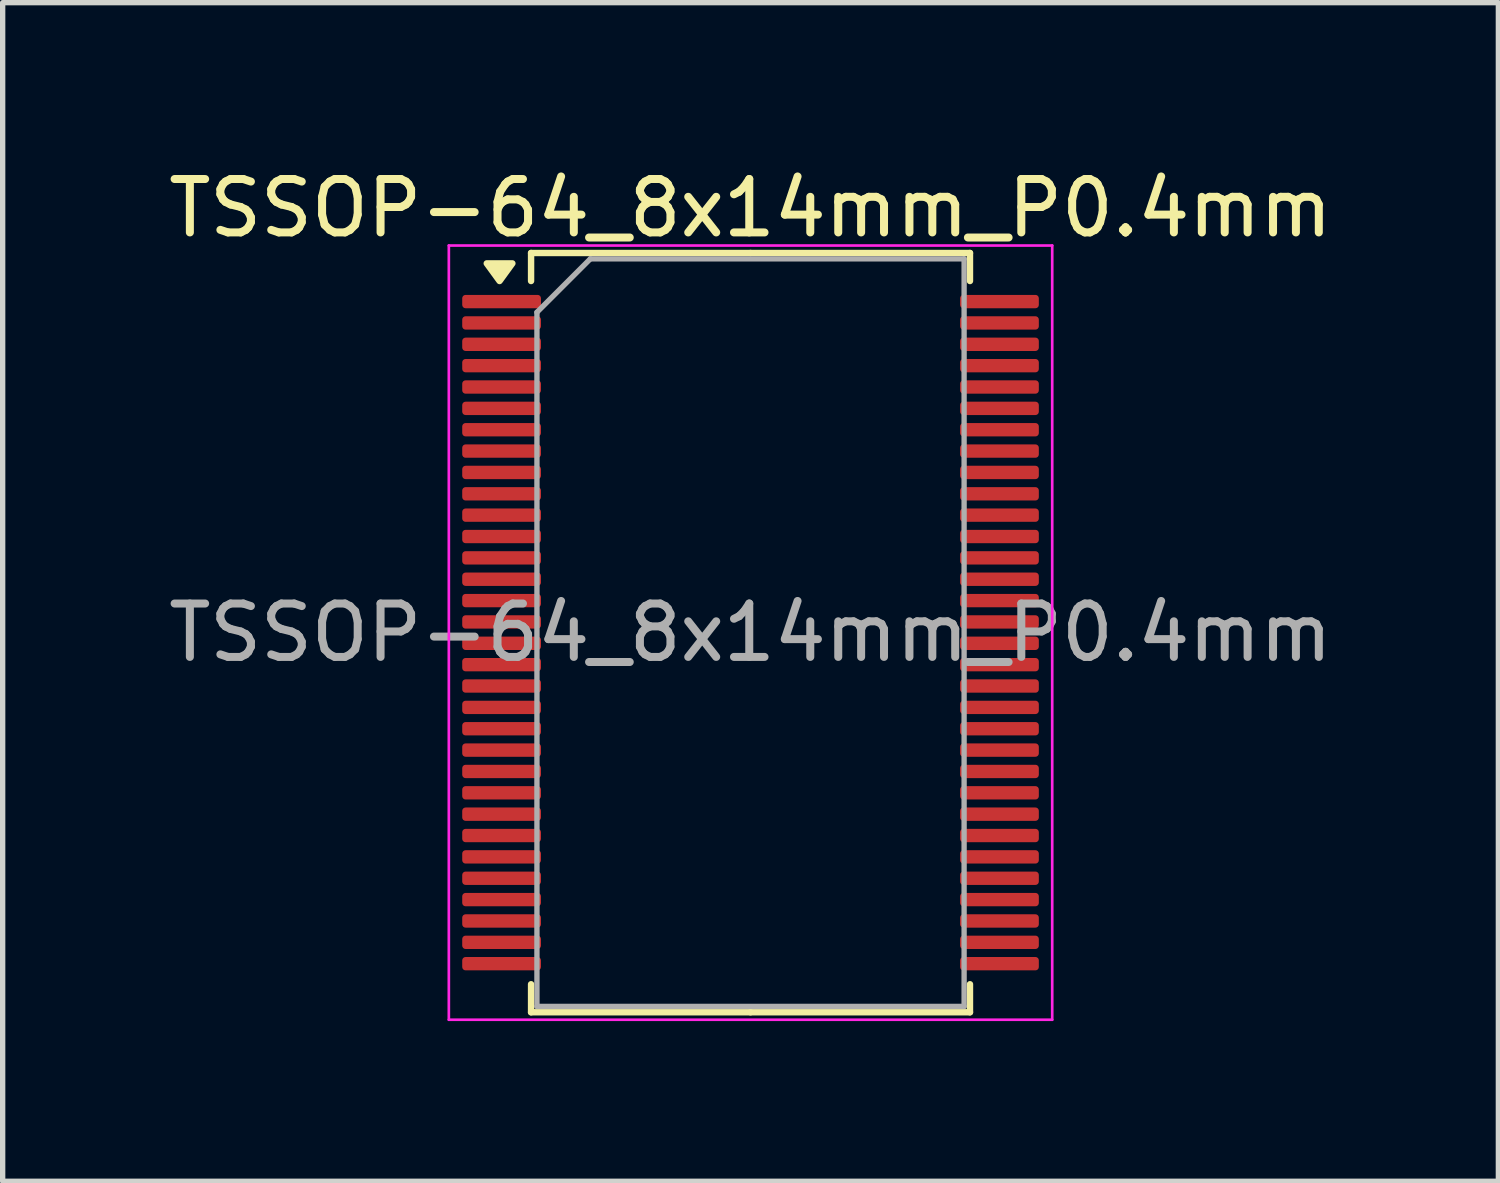
<source format=kicad_pcb>
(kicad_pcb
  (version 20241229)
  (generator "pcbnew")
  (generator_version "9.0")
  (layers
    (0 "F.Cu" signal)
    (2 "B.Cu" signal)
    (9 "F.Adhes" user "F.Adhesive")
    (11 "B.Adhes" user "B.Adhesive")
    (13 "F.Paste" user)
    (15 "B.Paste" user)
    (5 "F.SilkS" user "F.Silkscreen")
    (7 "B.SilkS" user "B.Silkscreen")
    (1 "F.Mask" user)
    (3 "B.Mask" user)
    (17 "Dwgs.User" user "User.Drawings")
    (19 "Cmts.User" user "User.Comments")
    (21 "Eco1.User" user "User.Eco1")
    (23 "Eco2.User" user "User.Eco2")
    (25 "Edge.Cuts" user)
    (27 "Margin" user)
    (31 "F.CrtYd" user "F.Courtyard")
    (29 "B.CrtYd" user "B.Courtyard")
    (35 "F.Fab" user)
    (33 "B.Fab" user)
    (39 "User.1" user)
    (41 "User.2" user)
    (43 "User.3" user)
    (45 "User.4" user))
  (footprint "TSSOP-64_8x14mm_P0.4mm"
    (layer "F.Cu")
    (at 11.006 8.798)
    (property "Reference" "TSSOP-64_8x14mm_P0.4mm" (at 0 -7.95 0) (layer "F.SilkS") (effects (font (size 1 1) (thickness 0.15))))
    (attr smd)
    (fp_line (start -4.11 -7.11) (end -4.11 -6.585) (stroke (width 0.12) (type solid)) (layer "F.SilkS"))
    (fp_line (start -4.11 7.11) (end -4.11 6.585) (stroke (width 0.12) (type solid)) (layer "F.SilkS"))
    (fp_line (start 0 -7.11) (end -4.11 -7.11) (stroke (width 0.12) (type solid)) (layer "F.SilkS"))
    (fp_line (start 0 -7.11) (end 4.11 -7.11) (stroke (width 0.12) (type solid)) (layer "F.SilkS"))
    (fp_line (start 0 7.11) (end -4.11 7.11) (stroke (width 0.12) (type solid)) (layer "F.SilkS"))
    (fp_line (start 0 7.11) (end 4.11 7.11) (stroke (width 0.12) (type solid)) (layer "F.SilkS"))
    (fp_line (start 4.11 -7.11) (end 4.11 -6.585) (stroke (width 0.12) (type solid)) (layer "F.SilkS"))
    (fp_line (start 4.11 7.11) (end 4.11 6.585) (stroke (width 0.12) (type solid)) (layer "F.SilkS"))
    (fp_poly (pts (xy -4.7 -6.585) (xy -4.94 -6.915) (xy -4.46 -6.915) (xy -4.7 -6.585)) (stroke (width 0.12) (type solid)) (fill yes) (layer "F.SilkS"))
    (fp_line (start -5.65 -7.25) (end -5.65 7.25) (stroke (width 0.05) (type solid)) (layer "F.CrtYd"))
    (fp_line (start -5.65 7.25) (end 5.65 7.25) (stroke (width 0.05) (type solid)) (layer "F.CrtYd"))
    (fp_line (start 5.65 -7.25) (end -5.65 -7.25) (stroke (width 0.05) (type solid)) (layer "F.CrtYd"))
    (fp_line (start 5.65 7.25) (end 5.65 -7.25) (stroke (width 0.05) (type solid)) (layer "F.CrtYd"))
    (fp_line (start -4 -6) (end -3 -7) (stroke (width 0.1) (type solid)) (layer "F.Fab"))
    (fp_line (start -4 7) (end -4 -6) (stroke (width 0.1) (type solid)) (layer "F.Fab"))
    (fp_line (start -3 -7) (end 4 -7) (stroke (width 0.1) (type solid)) (layer "F.Fab"))
    (fp_line (start 4 -7) (end 4 7) (stroke (width 0.1) (type solid)) (layer "F.Fab"))
    (fp_line (start 4 7) (end -4 7) (stroke (width 0.1) (type solid)) (layer "F.Fab"))
    (fp_text user "${REFERENCE}" (at 0 0 0) (layer "F.Fab") (effects (font (size 1 1) (thickness 0.15))))
    (pad "1" smd roundrect (at -4.662 -6.2) (size 1.475 0.25) (layers "F.Cu" "F.Mask" "F.Paste") (roundrect_rratio 0.25))
    (pad "2" smd roundrect (at -4.662 -5.8) (size 1.475 0.25) (layers "F.Cu" "F.Mask" "F.Paste") (roundrect_rratio 0.25))
    (pad "3" smd roundrect (at -4.662 -5.4) (size 1.475 0.25) (layers "F.Cu" "F.Mask" "F.Paste") (roundrect_rratio 0.25))
    (pad "4" smd roundrect (at -4.662 -5) (size 1.475 0.25) (layers "F.Cu" "F.Mask" "F.Paste") (roundrect_rratio 0.25))
    (pad "5" smd roundrect (at -4.662 -4.6) (size 1.475 0.25) (layers "F.Cu" "F.Mask" "F.Paste") (roundrect_rratio 0.25))
    (pad "6" smd roundrect (at -4.662 -4.2) (size 1.475 0.25) (layers "F.Cu" "F.Mask" "F.Paste") (roundrect_rratio 0.25))
    (pad "7" smd roundrect (at -4.662 -3.8) (size 1.475 0.25) (layers "F.Cu" "F.Mask" "F.Paste") (roundrect_rratio 0.25))
    (pad "8" smd roundrect (at -4.662 -3.4) (size 1.475 0.25) (layers "F.Cu" "F.Mask" "F.Paste") (roundrect_rratio 0.25))
    (pad "9" smd roundrect (at -4.662 -3) (size 1.475 0.25) (layers "F.Cu" "F.Mask" "F.Paste") (roundrect_rratio 0.25))
    (pad "10" smd roundrect (at -4.662 -2.6) (size 1.475 0.25) (layers "F.Cu" "F.Mask" "F.Paste") (roundrect_rratio 0.25))
    (pad "11" smd roundrect (at -4.662 -2.2) (size 1.475 0.25) (layers "F.Cu" "F.Mask" "F.Paste") (roundrect_rratio 0.25))
    (pad "12" smd roundrect (at -4.662 -1.8) (size 1.475 0.25) (layers "F.Cu" "F.Mask" "F.Paste") (roundrect_rratio 0.25))
    (pad "13" smd roundrect (at -4.662 -1.4) (size 1.475 0.25) (layers "F.Cu" "F.Mask" "F.Paste") (roundrect_rratio 0.25))
    (pad "14" smd roundrect (at -4.662 -1) (size 1.475 0.25) (layers "F.Cu" "F.Mask" "F.Paste") (roundrect_rratio 0.25))
    (pad "15" smd roundrect (at -4.662 -0.6) (size 1.475 0.25) (layers "F.Cu" "F.Mask" "F.Paste") (roundrect_rratio 0.25))
    (pad "16" smd roundrect (at -4.662 -0.2) (size 1.475 0.25) (layers "F.Cu" "F.Mask" "F.Paste") (roundrect_rratio 0.25))
    (pad "17" smd roundrect (at -4.662 0.2) (size 1.475 0.25) (layers "F.Cu" "F.Mask" "F.Paste") (roundrect_rratio 0.25))
    (pad "18" smd roundrect (at -4.662 0.6) (size 1.475 0.25) (layers "F.Cu" "F.Mask" "F.Paste") (roundrect_rratio 0.25))
    (pad "19" smd roundrect (at -4.662 1) (size 1.475 0.25) (layers "F.Cu" "F.Mask" "F.Paste") (roundrect_rratio 0.25))
    (pad "20" smd roundrect (at -4.662 1.4) (size 1.475 0.25) (layers "F.Cu" "F.Mask" "F.Paste") (roundrect_rratio 0.25))
    (pad "21" smd roundrect (at -4.662 1.8) (size 1.475 0.25) (layers "F.Cu" "F.Mask" "F.Paste") (roundrect_rratio 0.25))
    (pad "22" smd roundrect (at -4.662 2.2) (size 1.475 0.25) (layers "F.Cu" "F.Mask" "F.Paste") (roundrect_rratio 0.25))
    (pad "23" smd roundrect (at -4.662 2.6) (size 1.475 0.25) (layers "F.Cu" "F.Mask" "F.Paste") (roundrect_rratio 0.25))
    (pad "24" smd roundrect (at -4.662 3) (size 1.475 0.25) (layers "F.Cu" "F.Mask" "F.Paste") (roundrect_rratio 0.25))
    (pad "25" smd roundrect (at -4.662 3.4) (size 1.475 0.25) (layers "F.Cu" "F.Mask" "F.Paste") (roundrect_rratio 0.25))
    (pad "26" smd roundrect (at -4.662 3.8) (size 1.475 0.25) (layers "F.Cu" "F.Mask" "F.Paste") (roundrect_rratio 0.25))
    (pad "27" smd roundrect (at -4.662 4.2) (size 1.475 0.25) (layers "F.Cu" "F.Mask" "F.Paste") (roundrect_rratio 0.25))
    (pad "28" smd roundrect (at -4.662 4.6) (size 1.475 0.25) (layers "F.Cu" "F.Mask" "F.Paste") (roundrect_rratio 0.25))
    (pad "29" smd roundrect (at -4.662 5) (size 1.475 0.25) (layers "F.Cu" "F.Mask" "F.Paste") (roundrect_rratio 0.25))
    (pad "30" smd roundrect (at -4.662 5.4) (size 1.475 0.25) (layers "F.Cu" "F.Mask" "F.Paste") (roundrect_rratio 0.25))
    (pad "31" smd roundrect (at -4.662 5.8) (size 1.475 0.25) (layers "F.Cu" "F.Mask" "F.Paste") (roundrect_rratio 0.25))
    (pad "32" smd roundrect (at -4.662 6.2) (size 1.475 0.25) (layers "F.Cu" "F.Mask" "F.Paste") (roundrect_rratio 0.25))
    (pad "33" smd roundrect (at 4.662 6.2) (size 1.475 0.25) (layers "F.Cu" "F.Mask" "F.Paste") (roundrect_rratio 0.25))
    (pad "34" smd roundrect (at 4.662 5.8) (size 1.475 0.25) (layers "F.Cu" "F.Mask" "F.Paste") (roundrect_rratio 0.25))
    (pad "35" smd roundrect (at 4.662 5.4) (size 1.475 0.25) (layers "F.Cu" "F.Mask" "F.Paste") (roundrect_rratio 0.25))
    (pad "36" smd roundrect (at 4.662 5) (size 1.475 0.25) (layers "F.Cu" "F.Mask" "F.Paste") (roundrect_rratio 0.25))
    (pad "37" smd roundrect (at 4.662 4.6) (size 1.475 0.25) (layers "F.Cu" "F.Mask" "F.Paste") (roundrect_rratio 0.25))
    (pad "38" smd roundrect (at 4.662 4.2) (size 1.475 0.25) (layers "F.Cu" "F.Mask" "F.Paste") (roundrect_rratio 0.25))
    (pad "39" smd roundrect (at 4.662 3.8) (size 1.475 0.25) (layers "F.Cu" "F.Mask" "F.Paste") (roundrect_rratio 0.25))
    (pad "40" smd roundrect (at 4.662 3.4) (size 1.475 0.25) (layers "F.Cu" "F.Mask" "F.Paste") (roundrect_rratio 0.25))
    (pad "41" smd roundrect (at 4.662 3) (size 1.475 0.25) (layers "F.Cu" "F.Mask" "F.Paste") (roundrect_rratio 0.25))
    (pad "42" smd roundrect (at 4.662 2.6) (size 1.475 0.25) (layers "F.Cu" "F.Mask" "F.Paste") (roundrect_rratio 0.25))
    (pad "43" smd roundrect (at 4.662 2.2) (size 1.475 0.25) (layers "F.Cu" "F.Mask" "F.Paste") (roundrect_rratio 0.25))
    (pad "44" smd roundrect (at 4.662 1.8) (size 1.475 0.25) (layers "F.Cu" "F.Mask" "F.Paste") (roundrect_rratio 0.25))
    (pad "45" smd roundrect (at 4.662 1.4) (size 1.475 0.25) (layers "F.Cu" "F.Mask" "F.Paste") (roundrect_rratio 0.25))
    (pad "46" smd roundrect (at 4.662 1) (size 1.475 0.25) (layers "F.Cu" "F.Mask" "F.Paste") (roundrect_rratio 0.25))
    (pad "47" smd roundrect (at 4.662 0.6) (size 1.475 0.25) (layers "F.Cu" "F.Mask" "F.Paste") (roundrect_rratio 0.25))
    (pad "48" smd roundrect (at 4.662 0.2) (size 1.475 0.25) (layers "F.Cu" "F.Mask" "F.Paste") (roundrect_rratio 0.25))
    (pad "49" smd roundrect (at 4.662 -0.2) (size 1.475 0.25) (layers "F.Cu" "F.Mask" "F.Paste") (roundrect_rratio 0.25))
    (pad "50" smd roundrect (at 4.662 -0.6) (size 1.475 0.25) (layers "F.Cu" "F.Mask" "F.Paste") (roundrect_rratio 0.25))
    (pad "51" smd roundrect (at 4.662 -1) (size 1.475 0.25) (layers "F.Cu" "F.Mask" "F.Paste") (roundrect_rratio 0.25))
    (pad "52" smd roundrect (at 4.662 -1.4) (size 1.475 0.25) (layers "F.Cu" "F.Mask" "F.Paste") (roundrect_rratio 0.25))
    (pad "53" smd roundrect (at 4.662 -1.8) (size 1.475 0.25) (layers "F.Cu" "F.Mask" "F.Paste") (roundrect_rratio 0.25))
    (pad "54" smd roundrect (at 4.662 -2.2) (size 1.475 0.25) (layers "F.Cu" "F.Mask" "F.Paste") (roundrect_rratio 0.25))
    (pad "55" smd roundrect (at 4.662 -2.6) (size 1.475 0.25) (layers "F.Cu" "F.Mask" "F.Paste") (roundrect_rratio 0.25))
    (pad "56" smd roundrect (at 4.662 -3) (size 1.475 0.25) (layers "F.Cu" "F.Mask" "F.Paste") (roundrect_rratio 0.25))
    (pad "57" smd roundrect (at 4.662 -3.4) (size 1.475 0.25) (layers "F.Cu" "F.Mask" "F.Paste") (roundrect_rratio 0.25))
    (pad "58" smd roundrect (at 4.662 -3.8) (size 1.475 0.25) (layers "F.Cu" "F.Mask" "F.Paste") (roundrect_rratio 0.25))
    (pad "59" smd roundrect (at 4.662 -4.2) (size 1.475 0.25) (layers "F.Cu" "F.Mask" "F.Paste") (roundrect_rratio 0.25))
    (pad "60" smd roundrect (at 4.662 -4.6) (size 1.475 0.25) (layers "F.Cu" "F.Mask" "F.Paste") (roundrect_rratio 0.25))
    (pad "61" smd roundrect (at 4.662 -5) (size 1.475 0.25) (layers "F.Cu" "F.Mask" "F.Paste") (roundrect_rratio 0.25))
    (pad "62" smd roundrect (at 4.662 -5.4) (size 1.475 0.25) (layers "F.Cu" "F.Mask" "F.Paste") (roundrect_rratio 0.25))
    (pad "63" smd roundrect (at 4.662 -5.8) (size 1.475 0.25) (layers "F.Cu" "F.Mask" "F.Paste") (roundrect_rratio 0.25))
    (pad "64" smd roundrect (at 4.662 -6.2) (size 1.475 0.25) (layers "F.Cu" "F.Mask" "F.Paste") (roundrect_rratio 0.25)))
  (gr_rect
    (start -3 -3)
    (end 25.012 19.073)
    (stroke (width 0.1) (type default))
    (fill no)
    (layer "Edge.Cuts")))
</source>
